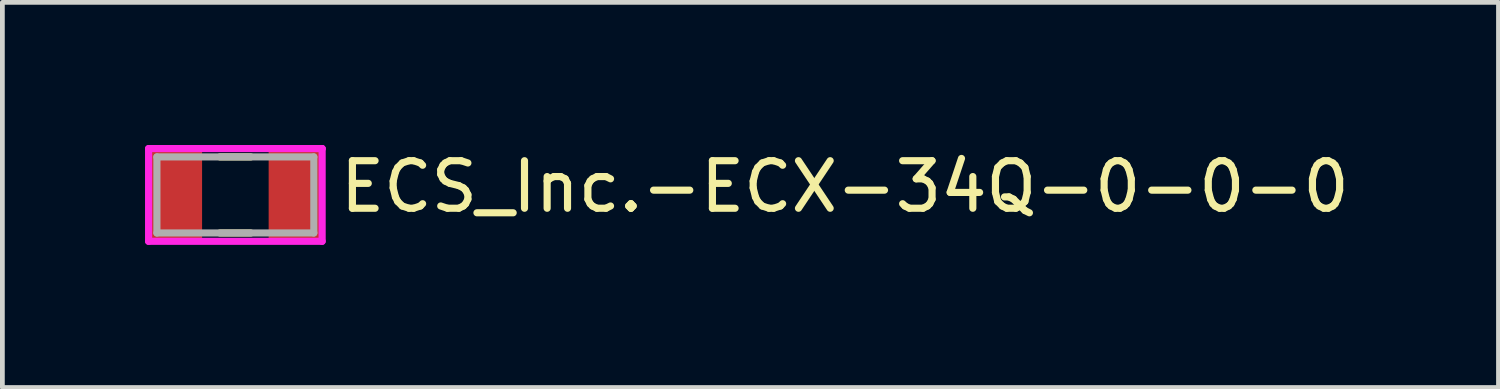
<source format=kicad_pcb>
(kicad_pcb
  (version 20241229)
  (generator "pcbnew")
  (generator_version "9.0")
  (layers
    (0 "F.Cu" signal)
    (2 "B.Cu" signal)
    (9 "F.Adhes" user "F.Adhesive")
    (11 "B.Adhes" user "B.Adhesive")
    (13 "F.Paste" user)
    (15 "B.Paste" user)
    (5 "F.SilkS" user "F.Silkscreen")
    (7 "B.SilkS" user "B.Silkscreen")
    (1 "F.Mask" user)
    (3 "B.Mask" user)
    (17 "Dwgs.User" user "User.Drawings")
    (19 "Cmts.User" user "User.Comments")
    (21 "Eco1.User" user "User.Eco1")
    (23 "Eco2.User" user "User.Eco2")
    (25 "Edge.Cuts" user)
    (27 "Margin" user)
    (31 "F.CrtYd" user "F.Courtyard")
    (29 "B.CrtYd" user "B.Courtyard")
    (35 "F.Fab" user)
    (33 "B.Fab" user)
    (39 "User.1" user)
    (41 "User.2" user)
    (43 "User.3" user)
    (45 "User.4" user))
  (footprint "ECS_Inc.-ECX-34Q-0-0-0"
    (layer "F.Cu")
    (at 1.9 1.05)
    (property "Reference" "ECS_Inc.-ECX-34Q-0-0-0" (at 2.125 -0.175 0) (layer "F.SilkS") (effects (font (size 1 1) (thickness 0.15)) (justify left)))
    (attr through_hole)
    (fp_line (start -0.325 -0.8) (end 0.325 -0.8) (stroke (width 0.15) (type solid)) (layer "F.SilkS"))
    (fp_line (start -0.325 0.8) (end 0.325 0.8) (stroke (width 0.15) (type solid)) (layer "F.SilkS"))
    (fp_line (start -1.825 -0.975) (end -1.825 0.975) (stroke (width 0.15) (type solid)) (layer "F.CrtYd"))
    (fp_line (start -1.825 0.975) (end 1.825 0.975) (stroke (width 0.15) (type solid)) (layer "F.CrtYd"))
    (fp_line (start 1.825 -0.975) (end -1.825 -0.975) (stroke (width 0.15) (type solid)) (layer "F.CrtYd"))
    (fp_line (start 1.825 -0.975) (end 1.825 -0.975) (stroke (width 0.15) (type solid)) (layer "F.CrtYd"))
    (fp_line (start 1.825 0.975) (end 1.825 -0.975) (stroke (width 0.15) (type solid)) (layer "F.CrtYd"))
    (fp_line (start -1.65 -0.8) (end 1.65 -0.8) (stroke (width 0.15) (type solid)) (layer "F.Fab"))
    (fp_line (start -1.65 0.8) (end -1.65 -0.8) (stroke (width 0.15) (type solid)) (layer "F.Fab"))
    (fp_line (start 1.65 -0.8) (end 1.65 0.8) (stroke (width 0.15) (type solid)) (layer "F.Fab"))
    (fp_line (start 1.65 0.8) (end -1.65 0.8) (stroke (width 0.15) (type solid)) (layer "F.Fab"))
    (pad "1" smd rect (at -1.25 0) (size 1.1 1.9) (layers "F.Cu" "F.Mask" "F.Paste"))
    (pad "2" smd rect (at 1.25 0) (size 1.1 1.9) (layers "F.Cu" "F.Mask" "F.Paste")))
  (gr_rect
    (start -3 -3)
    (end 28.465 5.1)
    (stroke (width 0.1) (type default))
    (fill no)
    (layer "Edge.Cuts")))
</source>
